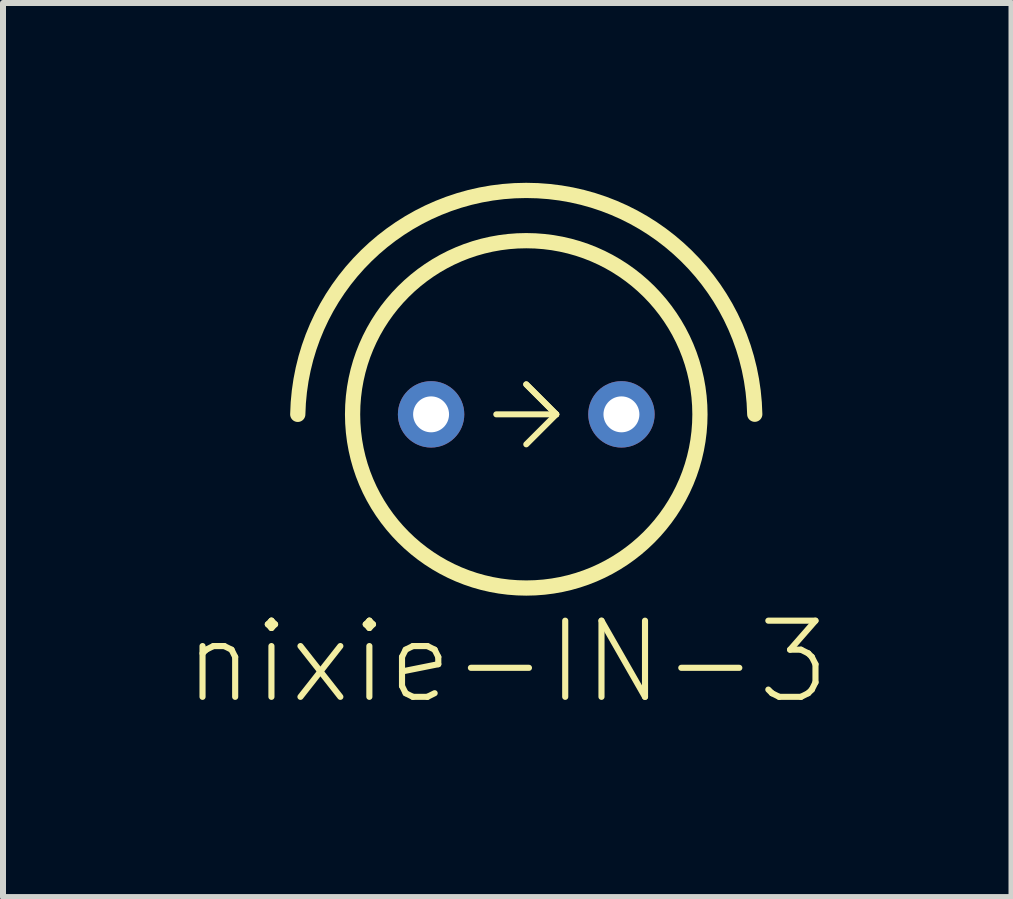
<source format=kicad_pcb>
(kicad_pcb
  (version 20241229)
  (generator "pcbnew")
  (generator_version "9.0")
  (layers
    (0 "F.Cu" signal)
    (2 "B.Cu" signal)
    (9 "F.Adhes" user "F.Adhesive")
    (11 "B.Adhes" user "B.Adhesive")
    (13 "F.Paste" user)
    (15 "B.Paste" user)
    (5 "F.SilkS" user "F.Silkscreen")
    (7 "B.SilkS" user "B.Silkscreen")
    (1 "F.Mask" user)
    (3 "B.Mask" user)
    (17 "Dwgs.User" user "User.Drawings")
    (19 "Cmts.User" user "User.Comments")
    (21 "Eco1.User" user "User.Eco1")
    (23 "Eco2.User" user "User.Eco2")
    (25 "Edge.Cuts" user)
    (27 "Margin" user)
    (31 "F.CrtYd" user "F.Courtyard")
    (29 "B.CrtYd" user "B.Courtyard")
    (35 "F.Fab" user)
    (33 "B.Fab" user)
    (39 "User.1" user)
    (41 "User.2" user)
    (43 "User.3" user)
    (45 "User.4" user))
  (footprint "nixie-IN-3"
    (layer "F.Cu")
    (at 5.725 3.859)
    (property "Reference" "nixie-IN-3" (at -0.318 4.128 0) (unlocked yes) (layer "F.SilkS") (effects (font (size 1.27 1.27) (thickness 0.102))))
    (attr exclude_from_pos_files exclude_from_bom)
    (fp_line (start -0.5 0) (end 0.5 0) (stroke (width 0.1) (type default)) (layer "F.SilkS"))
    (fp_line (start 0 -0.5) (end 0.5 0) (stroke (width 0.1) (type default)) (layer "F.SilkS"))
    (fp_line (start 0.5 0) (end 0 -0.5) (stroke (width 0.1) (type default)) (layer "F.SilkS"))
    (fp_line (start 0.5 0) (end 0 0.5) (stroke (width 0.1) (type default)) (layer "F.SilkS"))
    (fp_arc (start -3.81 0) (mid -0.001068 -3.732073) (end 3.809955 -0.002135) (stroke (width 0.254) (type solid)) (layer "F.SilkS"))
    (fp_circle (center 0 0) (end 0 -2.896) (stroke (width 0.254) (type solid)) (fill no) (layer "F.SilkS"))
    (pad "A" thru_hole circle (at -1.587 0) (size 1.107 1.107) (drill 0.599) (layers "*.Cu" "*.Mask"))
    (pad "K" thru_hole circle (at 1.587 0) (size 1.107 1.107) (drill 0.599) (layers "*.Cu" "*.Mask")))
  (gr_rect
    (start -3 -3)
    (end 13.816 11.908)
    (stroke (width 0.1) (type default))
    (fill no)
    (layer "Edge.Cuts")))
</source>
